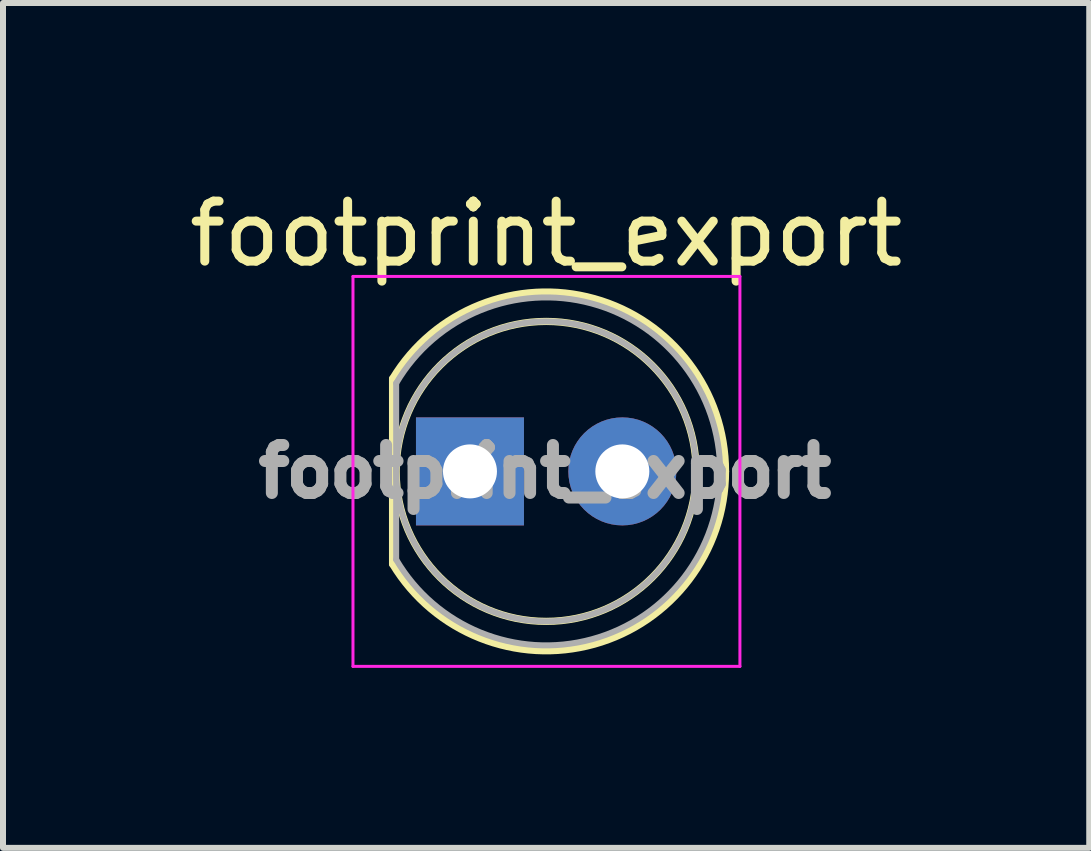
<source format=kicad_pcb>
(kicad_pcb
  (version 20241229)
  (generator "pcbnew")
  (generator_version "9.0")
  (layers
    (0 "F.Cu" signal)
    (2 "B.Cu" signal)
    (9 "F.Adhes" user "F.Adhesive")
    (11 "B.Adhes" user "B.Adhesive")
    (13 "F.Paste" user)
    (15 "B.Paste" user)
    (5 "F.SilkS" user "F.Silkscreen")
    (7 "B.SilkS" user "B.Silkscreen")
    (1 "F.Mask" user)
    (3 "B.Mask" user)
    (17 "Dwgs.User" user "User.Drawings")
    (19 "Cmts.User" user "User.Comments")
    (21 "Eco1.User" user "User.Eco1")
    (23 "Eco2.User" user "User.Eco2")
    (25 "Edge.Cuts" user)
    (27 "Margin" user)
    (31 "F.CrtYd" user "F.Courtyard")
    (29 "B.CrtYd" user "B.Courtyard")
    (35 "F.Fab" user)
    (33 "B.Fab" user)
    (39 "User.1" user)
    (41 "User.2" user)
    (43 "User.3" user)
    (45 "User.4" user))
  (footprint "footprint_export"
    (layer "F.Cu")
    (at 4.784 4.808)
    (property "Reference" "footprint_export" (at 1.27 -3.96 0) (layer "F.SilkS") (effects (font (size 1 1) (thickness 0.15))))
    (attr through_hole)
    (fp_line (start -1.29 -1.545) (end -1.29 1.545) (stroke (width 0.12) (type solid)) (layer "F.SilkS"))
    (fp_arc (start -1.29 -1.54483) (mid 2.072002 -2.880433) (end 4.26 0.000462) (stroke (width 0.12) (type solid)) (layer "F.SilkS"))
    (fp_arc (start 4.26 -0.000462) (mid 2.072002 2.880433) (end -1.29 1.54483) (stroke (width 0.12) (type solid)) (layer "F.SilkS"))
    (fp_circle (center 1.27 0) (end 3.77 0) (stroke (width 0.12) (type solid)) (fill no) (layer "F.SilkS"))
    (fp_line (start -1.95 -3.25) (end -1.95 3.25) (stroke (width 0.05) (type solid)) (layer "F.CrtYd"))
    (fp_line (start -1.95 3.25) (end 4.5 3.25) (stroke (width 0.05) (type solid)) (layer "F.CrtYd"))
    (fp_line (start 4.5 -3.25) (end -1.95 -3.25) (stroke (width 0.05) (type solid)) (layer "F.CrtYd"))
    (fp_line (start 4.5 3.25) (end 4.5 -3.25) (stroke (width 0.05) (type solid)) (layer "F.CrtYd"))
    (fp_line (start -1.23 -1.47) (end -1.23 1.47) (stroke (width 0.1) (type solid)) (layer "F.Fab"))
    (fp_arc (start -1.23 -1.469694) (mid 4.17 0.000016) (end -1.230016 1.469666) (stroke (width 0.1) (type solid)) (layer "F.Fab"))
    (fp_circle (center 1.27 0) (end 3.77 0) (stroke (width 0.1) (type solid)) (fill no) (layer "F.Fab"))
    (fp_text user "${REFERENCE}" (at 1.25 0 0) (layer "F.Fab") (effects (font (size 0.8 0.8) (thickness 0.2))))
    (pad "1" thru_hole rect (at 0 0) (size 1.8 1.8) (drill 0.9) (layers "*.Cu" "*.Mask"))
    (pad "2" thru_hole circle (at 2.54 0) (size 1.8 1.8) (drill 0.9) (layers "*.Cu" "*.Mask")))
  (gr_rect
    (start -3 -3)
    (end 15.107 11.083)
    (stroke (width 0.1) (type default))
    (fill no)
    (layer "Edge.Cuts")))
</source>
